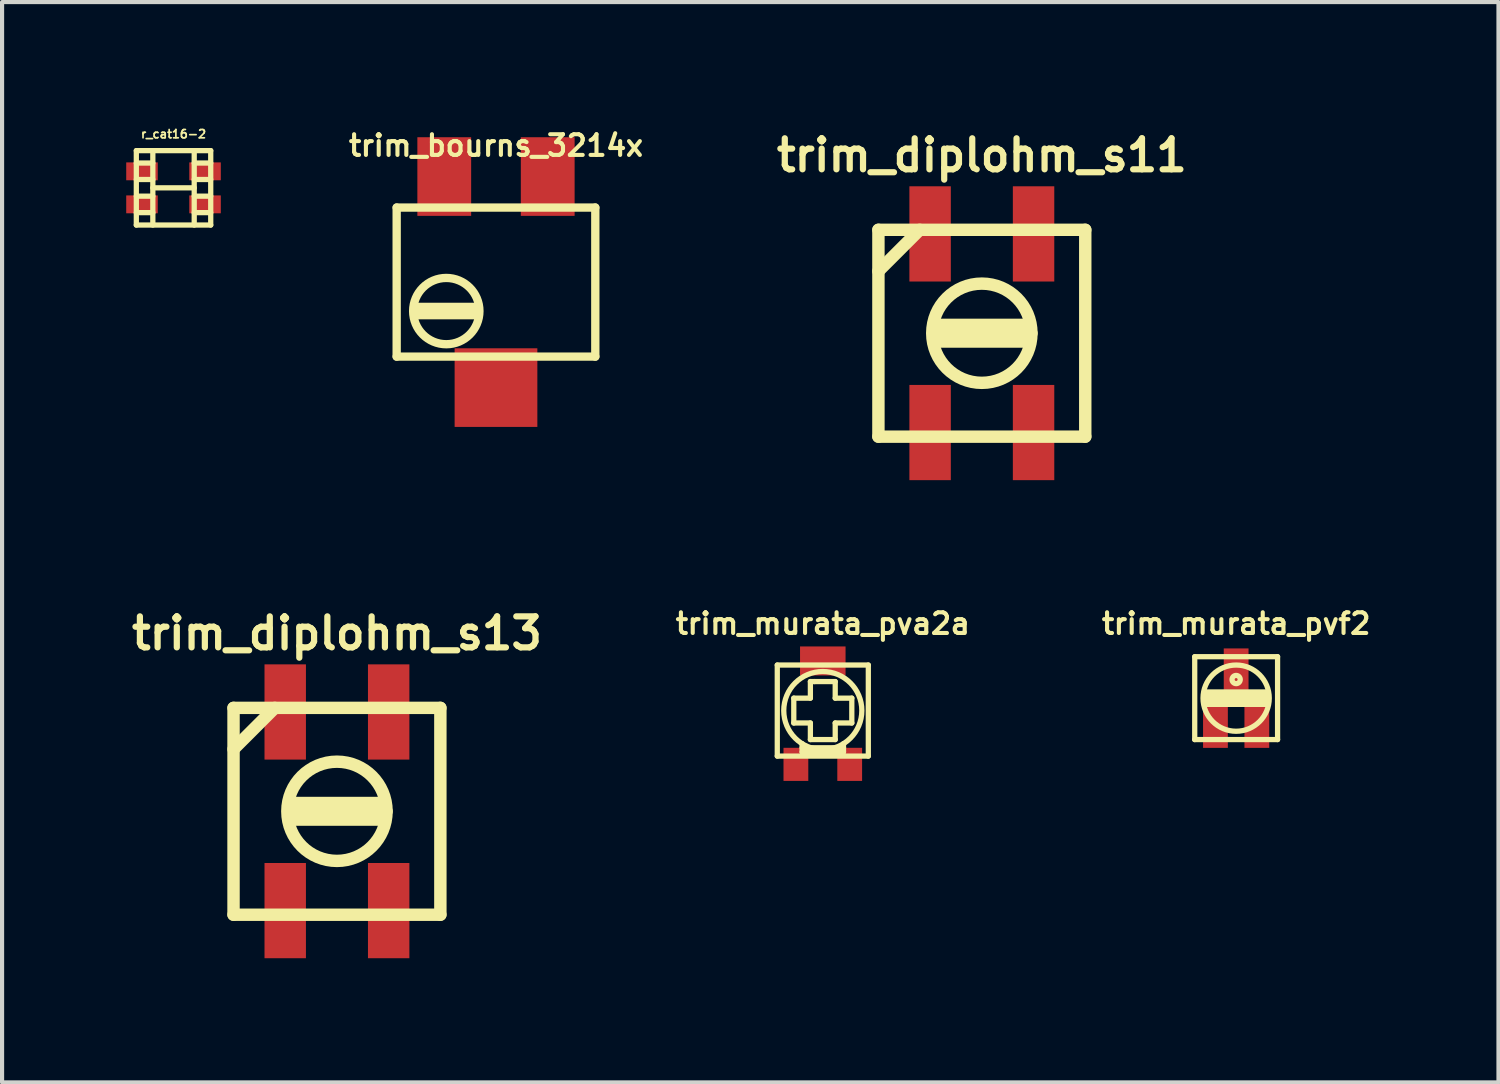
<source format=kicad_pcb>
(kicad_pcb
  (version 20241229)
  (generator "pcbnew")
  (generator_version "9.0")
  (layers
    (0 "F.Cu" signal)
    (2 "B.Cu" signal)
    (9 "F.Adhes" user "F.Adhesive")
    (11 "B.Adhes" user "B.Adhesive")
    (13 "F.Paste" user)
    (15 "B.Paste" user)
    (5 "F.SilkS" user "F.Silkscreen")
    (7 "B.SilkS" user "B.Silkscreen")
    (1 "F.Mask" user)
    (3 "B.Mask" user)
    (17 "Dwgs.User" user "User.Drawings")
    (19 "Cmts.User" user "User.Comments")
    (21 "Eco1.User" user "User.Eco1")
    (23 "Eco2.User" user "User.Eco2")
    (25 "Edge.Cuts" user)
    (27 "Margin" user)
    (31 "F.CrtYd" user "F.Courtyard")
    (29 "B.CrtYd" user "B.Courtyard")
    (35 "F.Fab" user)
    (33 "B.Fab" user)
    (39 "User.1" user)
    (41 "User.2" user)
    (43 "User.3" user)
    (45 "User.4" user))
  (footprint "trim_diplohm_s11"
    (layer "F.Cu")
    (at 20.675 5.002)
    (property "Reference" "trim_diplohm_s11" (at 0 -4.3 0) (layer "F.SilkS") (effects (font (size 0.749 0.749) (thickness 0.15))))
    (attr through_hole)
    (fp_line (start -2.499 -2.499) (end -2.499 2.499) (stroke (width 0.3) (type solid)) (layer "F.SilkS"))
    (fp_line (start -2.499 -1.501) (end -1.501 -2.499) (stroke (width 0.3) (type solid)) (layer "F.SilkS"))
    (fp_line (start -2.499 2.499) (end 2.499 2.499) (stroke (width 0.3) (type solid)) (layer "F.SilkS"))
    (fp_line (start -1.1 -0.201) (end 1.1 -0.201) (stroke (width 0.3) (type solid)) (layer "F.SilkS"))
    (fp_line (start 1.1 0.201) (end -1.1 0.201) (stroke (width 0.3) (type solid)) (layer "F.SilkS"))
    (fp_line (start 1.199 0) (end -1.1 0) (stroke (width 0.3) (type solid)) (layer "F.SilkS"))
    (fp_line (start 2.499 -2.499) (end -2.499 -2.499) (stroke (width 0.3) (type solid)) (layer "F.SilkS"))
    (fp_line (start 2.499 2.499) (end 2.499 -2.499) (stroke (width 0.3) (type solid)) (layer "F.SilkS"))
    (fp_circle (center 0 0) (end -1.199 0) (stroke (width 0.3) (type solid)) (fill no) (layer "F.SilkS"))
    (pad "1" smd rect (at -1.25 2.4) (size 1.001 2.301) (layers "F.Cu" "F.Mask" "F.Paste"))
    (pad "2" smd rect (at -1.25 -2.4) (size 1.001 2.301) (layers "F.Cu" "F.Mask" "F.Paste"))
    (pad "3" smd rect (at 1.25 -2.4) (size 1.001 2.301) (layers "F.Cu" "F.Mask" "F.Paste"))
    (pad "3" smd rect (at 1.25 2.4) (size 1.001 2.301) (layers "F.Cu" "F.Mask" "F.Paste")))
  (footprint "trim_murata_pvf2"
    (layer "F.Cu")
    (at 26.82 13.82)
    (property "Reference" "trim_murata_pvf2" (at 0 -1.801 0) (layer "F.SilkS") (effects (font (size 0.5 0.5) (thickness 0.099))))
    (attr through_hole)
    (fp_line (start -1.001 -1.001) (end 1.001 -1.001) (stroke (width 0.127) (type solid)) (layer "F.SilkS"))
    (fp_line (start -1.001 1.001) (end -1.001 -1.001) (stroke (width 0.127) (type solid)) (layer "F.SilkS"))
    (fp_line (start -0.749 -0.15) (end 0.749 -0.15) (stroke (width 0.127) (type solid)) (layer "F.SilkS"))
    (fp_line (start -0.749 -0.051) (end 0.749 -0.051) (stroke (width 0.127) (type solid)) (layer "F.SilkS"))
    (fp_line (start -0.749 0.15) (end -0.749 -0.15) (stroke (width 0.127) (type solid)) (layer "F.SilkS"))
    (fp_line (start 0.749 -0.15) (end 0.749 0.15) (stroke (width 0.127) (type solid)) (layer "F.SilkS"))
    (fp_line (start 0.749 0.051) (end -0.749 0.051) (stroke (width 0.127) (type solid)) (layer "F.SilkS"))
    (fp_line (start 0.749 0.15) (end -0.749 0.15) (stroke (width 0.127) (type solid)) (layer "F.SilkS"))
    (fp_line (start 1.001 -1.001) (end 1.001 1.001) (stroke (width 0.127) (type solid)) (layer "F.SilkS"))
    (fp_line (start 1.001 1.001) (end -1.001 1.001) (stroke (width 0.127) (type solid)) (layer "F.SilkS"))
    (fp_circle (center 0 -0.45) (end -0.099 -0.45) (stroke (width 0.127) (type solid)) (fill no) (layer "F.SilkS"))
    (fp_circle (center 0 0) (end -0.8 0) (stroke (width 0.127) (type solid)) (fill no) (layer "F.SilkS"))
    (pad "1" smd rect (at -0.5 0.701) (size 0.599 1.001) (layers "F.Cu" "F.Mask" "F.Paste"))
    (pad "2" smd rect (at 0 -0.701) (size 0.599 1.001) (layers "F.Cu" "F.Mask" "F.Paste"))
    (pad "3" smd rect (at 0.5 0.701) (size 0.599 1.001) (layers "F.Cu" "F.Mask" "F.Paste")))
  (footprint "trim_bourns_3214x"
    (layer "F.Cu")
    (at 8.935 3.766)
    (property "Reference" "trim_bourns_3214x" (at 0 -3.299 0) (layer "F.SilkS") (effects (font (size 0.5 0.5) (thickness 0.099))))
    (attr through_hole)
    (fp_line (start -2.4 -1.801) (end -2.4 1.801) (stroke (width 0.201) (type solid)) (layer "F.SilkS"))
    (fp_line (start -2.4 1.801) (end 2.4 1.801) (stroke (width 0.201) (type solid)) (layer "F.SilkS"))
    (fp_line (start -1.9 0.599) (end -0.5 0.599) (stroke (width 0.201) (type solid)) (layer "F.SilkS"))
    (fp_line (start -1.9 0.8) (end -1.9 0.599) (stroke (width 0.201) (type solid)) (layer "F.SilkS"))
    (fp_line (start -0.5 0.599) (end -0.5 0.8) (stroke (width 0.201) (type solid)) (layer "F.SilkS"))
    (fp_line (start -0.5 0.8) (end -1.9 0.8) (stroke (width 0.201) (type solid)) (layer "F.SilkS"))
    (fp_line (start 2.4 -1.801) (end -2.4 -1.801) (stroke (width 0.201) (type solid)) (layer "F.SilkS"))
    (fp_line (start 2.4 1.801) (end 2.4 -1.801) (stroke (width 0.201) (type solid)) (layer "F.SilkS"))
    (fp_circle (center -1.201 0.701) (end -2.002 0.701) (stroke (width 0.201) (type solid)) (fill no) (layer "F.SilkS"))
    (pad "1" smd rect (at 1.25 -2.55) (size 1.3 1.9) (layers "F.Cu" "F.Mask" "F.Paste"))
    (pad "2" smd rect (at 0 2.55) (size 1.999 1.9) (layers "F.Cu" "F.Mask" "F.Paste"))
    (pad "3" smd rect (at -1.25 -2.55) (size 1.3 1.9) (layers "F.Cu" "F.Mask" "F.Paste")))
  (footprint "trim_diplohm_s13"
    (layer "F.Cu")
    (at 5.092 16.554)
    (property "Reference" "trim_diplohm_s13" (at 0 -4.3 0) (layer "F.SilkS") (effects (font (size 0.749 0.749) (thickness 0.15))))
    (attr through_hole)
    (fp_line (start -2.499 -2.499) (end -2.499 2.499) (stroke (width 0.3) (type solid)) (layer "F.SilkS"))
    (fp_line (start -2.499 -1.501) (end -1.501 -2.499) (stroke (width 0.3) (type solid)) (layer "F.SilkS"))
    (fp_line (start -2.499 2.499) (end 2.499 2.499) (stroke (width 0.3) (type solid)) (layer "F.SilkS"))
    (fp_line (start -1.1 -0.201) (end 1.1 -0.201) (stroke (width 0.3) (type solid)) (layer "F.SilkS"))
    (fp_line (start 1.1 0.201) (end -1.1 0.201) (stroke (width 0.3) (type solid)) (layer "F.SilkS"))
    (fp_line (start 1.199 0) (end -1.1 0) (stroke (width 0.3) (type solid)) (layer "F.SilkS"))
    (fp_line (start 2.499 -2.499) (end -2.499 -2.499) (stroke (width 0.3) (type solid)) (layer "F.SilkS"))
    (fp_line (start 2.499 2.499) (end 2.499 -2.499) (stroke (width 0.3) (type solid)) (layer "F.SilkS"))
    (fp_circle (center 0 0) (end -1.199 0) (stroke (width 0.3) (type solid)) (fill no) (layer "F.SilkS"))
    (pad "1" smd rect (at -1.25 2.4) (size 1.001 2.301) (layers "F.Cu" "F.Mask" "F.Paste"))
    (pad "2" smd rect (at -1.25 -2.4) (size 1.001 2.301) (layers "F.Cu" "F.Mask" "F.Paste"))
    (pad "3" smd rect (at 1.25 -2.4) (size 1.001 2.301) (layers "F.Cu" "F.Mask" "F.Paste"))
    (pad "3" smd rect (at 1.25 2.4) (size 1.001 2.301) (layers "F.Cu" "F.Mask" "F.Paste")))
  (footprint "trim_murata_pva2a"
    (layer "F.Cu")
    (at 16.832 14.12)
    (property "Reference" "trim_murata_pva2a" (at 0 -2.101 0) (layer "F.SilkS") (effects (font (size 0.5 0.5) (thickness 0.099))))
    (attr through_hole)
    (fp_line (start -1.1 -1.1) (end 1.1 -1.1) (stroke (width 0.127) (type solid)) (layer "F.SilkS"))
    (fp_line (start -1.1 1.1) (end -1.1 -1.1) (stroke (width 0.127) (type solid)) (layer "F.SilkS"))
    (fp_line (start -0.701 -0.3) (end -0.701 0.3) (stroke (width 0.127) (type solid)) (layer "F.SilkS"))
    (fp_line (start -0.701 0.3) (end -0.3 0.3) (stroke (width 0.127) (type solid)) (layer "F.SilkS"))
    (fp_line (start -0.5 0.899) (end 0.5 0.899) (stroke (width 0.127) (type solid)) (layer "F.SilkS"))
    (fp_line (start -0.5 1.001) (end -0.5 0.8) (stroke (width 0.127) (type solid)) (layer "F.SilkS"))
    (fp_line (start -0.3 -0.701) (end -0.3 -0.3) (stroke (width 0.127) (type solid)) (layer "F.SilkS"))
    (fp_line (start -0.3 -0.3) (end -0.701 -0.3) (stroke (width 0.127) (type solid)) (layer "F.SilkS"))
    (fp_line (start -0.3 0.3) (end -0.3 0.701) (stroke (width 0.127) (type solid)) (layer "F.SilkS"))
    (fp_line (start -0.3 0.701) (end 0.3 0.701) (stroke (width 0.127) (type solid)) (layer "F.SilkS"))
    (fp_line (start -0.201 -0.701) (end -0.3 -0.701) (stroke (width 0.127) (type solid)) (layer "F.SilkS"))
    (fp_line (start 0.3 -0.701) (end -0.201 -0.701) (stroke (width 0.127) (type solid)) (layer "F.SilkS"))
    (fp_line (start 0.3 -0.3) (end 0.3 -0.701) (stroke (width 0.127) (type solid)) (layer "F.SilkS"))
    (fp_line (start 0.3 0.3) (end 0.701 0.3) (stroke (width 0.127) (type solid)) (layer "F.SilkS"))
    (fp_line (start 0.3 0.701) (end 0.3 0.3) (stroke (width 0.127) (type solid)) (layer "F.SilkS"))
    (fp_line (start 0.5 1.001) (end -0.5 1.001) (stroke (width 0.127) (type solid)) (layer "F.SilkS"))
    (fp_line (start 0.5 1.001) (end 0.5 0.8) (stroke (width 0.127) (type solid)) (layer "F.SilkS"))
    (fp_line (start 0.701 -0.3) (end 0.3 -0.3) (stroke (width 0.127) (type solid)) (layer "F.SilkS"))
    (fp_line (start 0.701 0.3) (end 0.701 -0.3) (stroke (width 0.127) (type solid)) (layer "F.SilkS"))
    (fp_line (start 1.1 -1.1) (end 1.1 1.1) (stroke (width 0.127) (type solid)) (layer "F.SilkS"))
    (fp_line (start 1.1 1.1) (end -1.1 1.1) (stroke (width 0.127) (type solid)) (layer "F.SilkS"))
    (fp_circle (center 0 0) (end -0.8 0.5) (stroke (width 0.127) (type solid)) (fill no) (layer "F.SilkS"))
    (pad "1" smd rect (at -0.65 1.3) (size 0.599 0.8) (layers "F.Cu" "F.Mask" "F.Paste"))
    (pad "2" smd rect (at 0 -1.199) (size 1.1 0.701) (layers "F.Cu" "F.Mask" "F.Paste"))
    (pad "3" smd rect (at 0.65 1.3) (size 0.599 0.8) (layers "F.Cu" "F.Mask" "F.Paste")))
  (footprint "r_cat16-2"
    (layer "F.Cu")
    (at 1.143 1.489)
    (property "Reference" "r_cat16-2" (at 0 -1.3 0) (layer "F.SilkS") (effects (font (size 0.201 0.201) (thickness 0.041))))
    (attr through_hole)
    (fp_line (start -0.899 -0.899) (end -0.899 0.899) (stroke (width 0.127) (type solid)) (layer "F.SilkS"))
    (fp_line (start -0.899 -0.201) (end -0.5 -0.201) (stroke (width 0.127) (type solid)) (layer "F.SilkS"))
    (fp_line (start -0.899 0.599) (end -0.5 0.599) (stroke (width 0.127) (type solid)) (layer "F.SilkS"))
    (fp_line (start -0.899 0.899) (end 0.899 0.899) (stroke (width 0.127) (type solid)) (layer "F.SilkS"))
    (fp_line (start -0.5 -0.599) (end -0.899 -0.599) (stroke (width 0.127) (type solid)) (layer "F.SilkS"))
    (fp_line (start -0.5 0) (end 0.5 0) (stroke (width 0.127) (type solid)) (layer "F.SilkS"))
    (fp_line (start -0.5 0.201) (end -0.899 0.201) (stroke (width 0.127) (type solid)) (layer "F.SilkS"))
    (fp_line (start -0.5 0.899) (end -0.5 -0.899) (stroke (width 0.127) (type solid)) (layer "F.SilkS"))
    (fp_line (start 0.5 -0.899) (end 0.5 0.899) (stroke (width 0.127) (type solid)) (layer "F.SilkS"))
    (fp_line (start 0.5 -0.201) (end 0.899 -0.201) (stroke (width 0.127) (type solid)) (layer "F.SilkS"))
    (fp_line (start 0.5 0.599) (end 0.899 0.599) (stroke (width 0.127) (type solid)) (layer "F.SilkS"))
    (fp_line (start 0.899 -0.899) (end -0.899 -0.899) (stroke (width 0.127) (type solid)) (layer "F.SilkS"))
    (fp_line (start 0.899 -0.599) (end 0.5 -0.599) (stroke (width 0.127) (type solid)) (layer "F.SilkS"))
    (fp_line (start 0.899 0.201) (end 0.5 0.201) (stroke (width 0.127) (type solid)) (layer "F.SilkS"))
    (fp_line (start 0.899 0.899) (end 0.899 -0.899) (stroke (width 0.127) (type solid)) (layer "F.SilkS"))
    (pad "1" smd rect (at 0.762 0.399) (size 0.762 0.432) (layers "F.Cu" "F.Mask" "F.Paste"))
    (pad "2" smd rect (at 0.762 -0.399) (size 0.762 0.432) (layers "F.Cu" "F.Mask" "F.Paste"))
    (pad "3" smd rect (at -0.762 -0.399) (size 0.762 0.432) (layers "F.Cu" "F.Mask" "F.Paste"))
    (pad "4" smd rect (at -0.762 0.399) (size 0.762 0.432) (layers "F.Cu" "F.Mask" "F.Paste")))
  (gr_rect
    (start -3 -3)
    (end 33.159 23.105)
    (stroke (width 0.1) (type default))
    (fill no)
    (layer "Edge.Cuts")))
</source>
